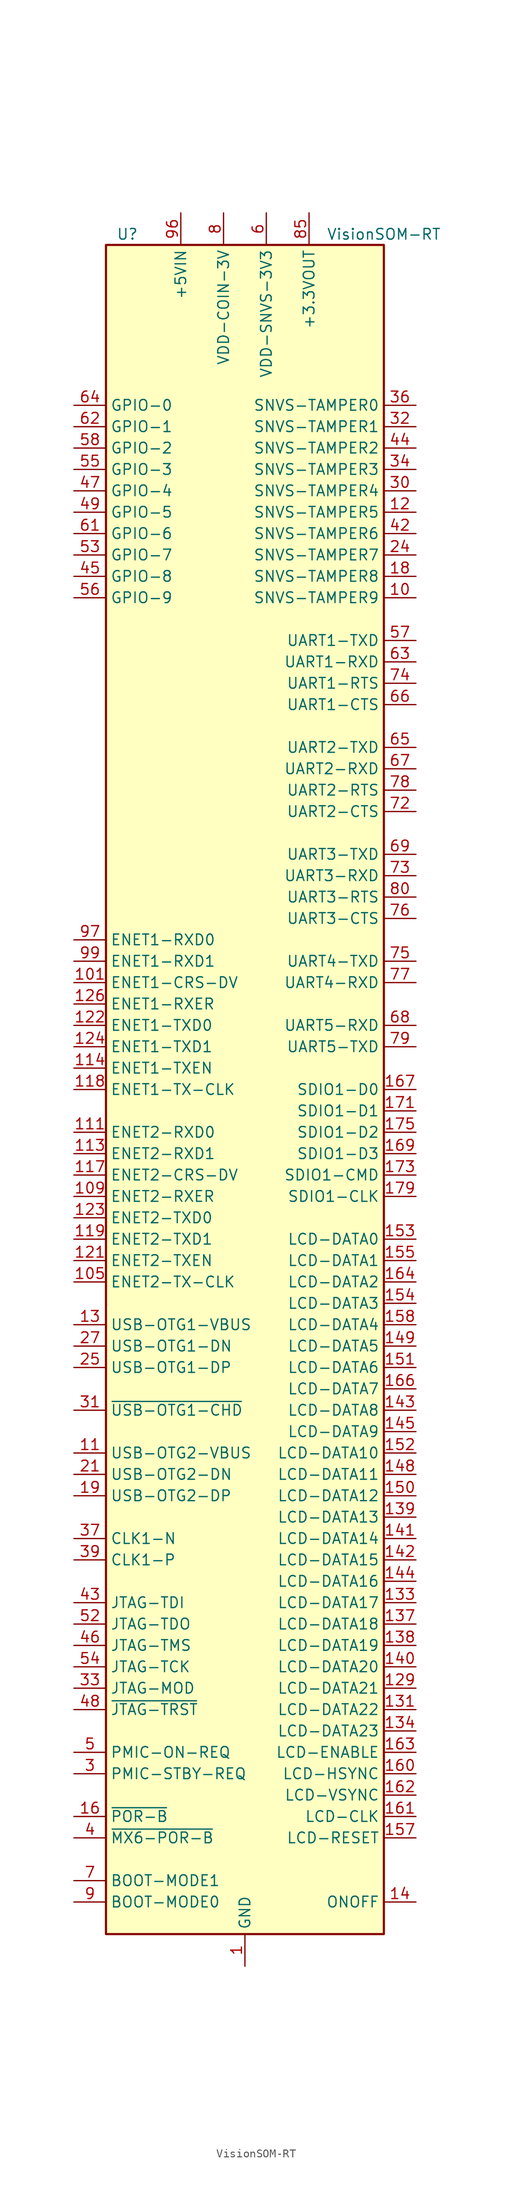
<source format=kicad_sym>
(kicad_symbol_lib
  (version 20201005)
  (generator kicad_symbol_editor)
  (symbol "VisionSOM-RT"
    (property "Reference" "U"
      (at -13.97 101.6 0)
      (effects (font (size 1.27 1.27))))
    (property "Value" "VisionSOM-RT"
      (at 16.51 101.6 0)
      (effects (font (size 1.27 1.27))))
    (symbol "VisionSOM-RT_0_1"
      (rectangle (start -16.51 100.33) (end 16.51 -100.33) (stroke (width 0.254)) (fill (type background))))
    (symbol "VisionSOM-RT_1_1"
      (pin power_in line (at 0 -104.14 90) (length 3.81) (name "GND" (effects (font (size 1.27 1.27)))) (number "1" (effects (font (size 1.27 1.27)))))
      (pin bidirectional line (at 20.32 58.42 180) (length 3.81) (name "SNVS-TAMPER9" (effects (font (size 1.27 1.27)))) (number "10" (effects (font (size 1.27 1.27)))))
      (pin passive line (at -7.62 104.14 270) (length 3.81) hide (name "+5VIN" (effects (font (size 1.27 1.27)))) (number "100" (effects (font (size 1.27 1.27)))))
      (pin bidirectional line (at -20.32 12.7 0) (length 3.81) (name "ENET1-CRS-DV" (effects (font (size 1.27 1.27)))) (number "101" (effects (font (size 1.27 1.27)))))
      (pin passive line (at -7.62 104.14 270) (length 3.81) hide (name "+5VIN" (effects (font (size 1.27 1.27)))) (number "102" (effects (font (size 1.27 1.27)))))
      (pin passive line (at 0 -104.14 90) (length 3.81) hide (name "GND" (effects (font (size 1.27 1.27)))) (number "103" (effects (font (size 1.27 1.27)))))
      (pin passive line (at -7.62 104.14 270) (length 3.81) hide (name "+5VIN" (effects (font (size 1.27 1.27)))) (number "104" (effects (font (size 1.27 1.27)))))
      (pin bidirectional line (at -20.32 -22.86 0) (length 3.81) (name "ENET2-TX-CLK" (effects (font (size 1.27 1.27)))) (number "105" (effects (font (size 1.27 1.27)))))
      (pin passive line (at -7.62 104.14 270) (length 3.81) hide (name "+5VIN" (effects (font (size 1.27 1.27)))) (number "106" (effects (font (size 1.27 1.27)))))
      (pin passive line (at 0 -104.14 90) (length 3.81) hide (name "GND" (effects (font (size 1.27 1.27)))) (number "107" (effects (font (size 1.27 1.27)))))
      (pin passive line (at -7.62 104.14 270) (length 3.81) hide (name "+5VIN" (effects (font (size 1.27 1.27)))) (number "108" (effects (font (size 1.27 1.27)))))
      (pin bidirectional line (at -20.32 -12.7 0) (length 3.81) (name "ENET2-RXER" (effects (font (size 1.27 1.27)))) (number "109" (effects (font (size 1.27 1.27)))))
      (pin input line (at -20.32 -43.18 0) (length 3.81) (name "USB-OTG2-VBUS" (effects (font (size 1.27 1.27)))) (number "11" (effects (font (size 1.27 1.27)))))
      (pin passive line (at -7.62 104.14 270) (length 3.81) hide (name "+5VIN" (effects (font (size 1.27 1.27)))) (number "110" (effects (font (size 1.27 1.27)))))
      (pin bidirectional line (at -20.32 -5.08 0) (length 3.81) (name "ENET2-RXD0" (effects (font (size 1.27 1.27)))) (number "111" (effects (font (size 1.27 1.27)))))
      (pin passive line (at -7.62 104.14 270) (length 3.81) hide (name "+5VIN" (effects (font (size 1.27 1.27)))) (number "112" (effects (font (size 1.27 1.27)))))
      (pin bidirectional line (at -20.32 -7.62 0) (length 3.81) (name "ENET2-RXD1" (effects (font (size 1.27 1.27)))) (number "113" (effects (font (size 1.27 1.27)))))
      (pin bidirectional line (at -20.32 2.54 0) (length 3.81) (name "ENET1-TXEN" (effects (font (size 1.27 1.27)))) (number "114" (effects (font (size 1.27 1.27)))))
      (pin passive line (at 0 -104.14 90) (length 3.81) hide (name "GND" (effects (font (size 1.27 1.27)))) (number "115" (effects (font (size 1.27 1.27)))))
      (pin passive line (at 0 -104.14 90) (length 3.81) hide (name "GND" (effects (font (size 1.27 1.27)))) (number "116" (effects (font (size 1.27 1.27)))))
      (pin bidirectional line (at -20.32 -10.16 0) (length 3.81) (name "ENET2-CRS-DV" (effects (font (size 1.27 1.27)))) (number "117" (effects (font (size 1.27 1.27)))))
      (pin bidirectional line (at -20.32 0 0) (length 3.81) (name "ENET1-TX-CLK" (effects (font (size 1.27 1.27)))) (number "118" (effects (font (size 1.27 1.27)))))
      (pin bidirectional line (at -20.32 -17.78 0) (length 3.81) (name "ENET2-TXD1" (effects (font (size 1.27 1.27)))) (number "119" (effects (font (size 1.27 1.27)))))
      (pin bidirectional line (at 20.32 68.58 180) (length 3.81) (name "SNVS-TAMPER5" (effects (font (size 1.27 1.27)))) (number "12" (effects (font (size 1.27 1.27)))))
      (pin passive line (at 0 -104.14 90) (length 3.81) hide (name "GND" (effects (font (size 1.27 1.27)))) (number "120" (effects (font (size 1.27 1.27)))))
      (pin bidirectional line (at -20.32 -20.32 0) (length 3.81) (name "ENET2-TXEN" (effects (font (size 1.27 1.27)))) (number "121" (effects (font (size 1.27 1.27)))))
      (pin bidirectional line (at -20.32 7.62 0) (length 3.81) (name "ENET1-TXD0" (effects (font (size 1.27 1.27)))) (number "122" (effects (font (size 1.27 1.27)))))
      (pin bidirectional line (at -20.32 -15.24 0) (length 3.81) (name "ENET2-TXD0" (effects (font (size 1.27 1.27)))) (number "123" (effects (font (size 1.27 1.27)))))
      (pin bidirectional line (at -20.32 5.08 0) (length 3.81) (name "ENET1-TXD1" (effects (font (size 1.27 1.27)))) (number "124" (effects (font (size 1.27 1.27)))))
      (pin passive line (at 0 -104.14 90) (length 3.81) hide (name "GND" (effects (font (size 1.27 1.27)))) (number "125" (effects (font (size 1.27 1.27)))))
      (pin bidirectional line (at -20.32 10.16 0) (length 3.81) (name "ENET1-RXER" (effects (font (size 1.27 1.27)))) (number "126" (effects (font (size 1.27 1.27)))))
      (pin passive line (at 0 -104.14 90) (length 3.81) hide (name "GND" (effects (font (size 1.27 1.27)))) (number "127" (effects (font (size 1.27 1.27)))))
      (pin passive line (at 0 -104.14 90) (length 3.81) hide (name "GND" (effects (font (size 1.27 1.27)))) (number "128" (effects (font (size 1.27 1.27)))))
      (pin bidirectional line (at 20.32 -71.12 180) (length 3.81) (name "LCD-DATA21" (effects (font (size 1.27 1.27)))) (number "129" (effects (font (size 1.27 1.27)))))
      (pin input line (at -20.32 -27.94 0) (length 3.81) (name "USB-OTG1-VBUS" (effects (font (size 1.27 1.27)))) (number "13" (effects (font (size 1.27 1.27)))))
      (pin passive line (at 0 -104.14 90) (length 3.81) hide (name "GND" (effects (font (size 1.27 1.27)))) (number "130" (effects (font (size 1.27 1.27)))))
      (pin bidirectional line (at 20.32 -73.66 180) (length 3.81) (name "LCD-DATA22" (effects (font (size 1.27 1.27)))) (number "131" (effects (font (size 1.27 1.27)))))
      (pin passive line (at 0 -104.14 90) (length 3.81) hide (name "GND" (effects (font (size 1.27 1.27)))) (number "132" (effects (font (size 1.27 1.27)))))
      (pin bidirectional line (at 20.32 -60.96 180) (length 3.81) (name "LCD-DATA17" (effects (font (size 1.27 1.27)))) (number "133" (effects (font (size 1.27 1.27)))))
      (pin bidirectional line (at 20.32 -76.2 180) (length 3.81) (name "LCD-DATA23" (effects (font (size 1.27 1.27)))) (number "134" (effects (font (size 1.27 1.27)))))
      (pin passive line (at 0 -104.14 90) (length 3.81) hide (name "GND" (effects (font (size 1.27 1.27)))) (number "135" (effects (font (size 1.27 1.27)))))
      (pin passive line (at 0 -104.14 90) (length 3.81) hide (name "GND" (effects (font (size 1.27 1.27)))) (number "136" (effects (font (size 1.27 1.27)))))
      (pin bidirectional line (at 20.32 -63.5 180) (length 3.81) (name "LCD-DATA18" (effects (font (size 1.27 1.27)))) (number "137" (effects (font (size 1.27 1.27)))))
      (pin bidirectional line (at 20.32 -66.04 180) (length 3.81) (name "LCD-DATA19" (effects (font (size 1.27 1.27)))) (number "138" (effects (font (size 1.27 1.27)))))
      (pin bidirectional line (at 20.32 -50.8 180) (length 3.81) (name "LCD-DATA13" (effects (font (size 1.27 1.27)))) (number "139" (effects (font (size 1.27 1.27)))))
      (pin input line (at 20.32 -96.52 180) (length 3.81) (name "ONOFF" (effects (font (size 1.27 1.27)))) (number "14" (effects (font (size 1.27 1.27)))))
      (pin bidirectional line (at 20.32 -68.58 180) (length 3.81) (name "LCD-DATA20" (effects (font (size 1.27 1.27)))) (number "140" (effects (font (size 1.27 1.27)))))
      (pin bidirectional line (at 20.32 -53.34 180) (length 3.81) (name "LCD-DATA14" (effects (font (size 1.27 1.27)))) (number "141" (effects (font (size 1.27 1.27)))))
      (pin bidirectional line (at 20.32 -55.88 180) (length 3.81) (name "LCD-DATA15" (effects (font (size 1.27 1.27)))) (number "142" (effects (font (size 1.27 1.27)))))
      (pin bidirectional line (at 20.32 -38.1 180) (length 3.81) (name "LCD-DATA8" (effects (font (size 1.27 1.27)))) (number "143" (effects (font (size 1.27 1.27)))))
      (pin bidirectional line (at 20.32 -58.42 180) (length 3.81) (name "LCD-DATA16" (effects (font (size 1.27 1.27)))) (number "144" (effects (font (size 1.27 1.27)))))
      (pin bidirectional line (at 20.32 -40.64 180) (length 3.81) (name "LCD-DATA9" (effects (font (size 1.27 1.27)))) (number "145" (effects (font (size 1.27 1.27)))))
      (pin passive line (at 0 -104.14 90) (length 3.81) hide (name "GND" (effects (font (size 1.27 1.27)))) (number "146" (effects (font (size 1.27 1.27)))))
      (pin passive line (at 0 -104.14 90) (length 3.81) hide (name "GND" (effects (font (size 1.27 1.27)))) (number "147" (effects (font (size 1.27 1.27)))))
      (pin bidirectional line (at 20.32 -45.72 180) (length 3.81) (name "LCD-DATA11" (effects (font (size 1.27 1.27)))) (number "148" (effects (font (size 1.27 1.27)))))
      (pin bidirectional line (at 20.32 -30.48 180) (length 3.81) (name "LCD-DATA5" (effects (font (size 1.27 1.27)))) (number "149" (effects (font (size 1.27 1.27)))))
      (pin passive line (at 0 -104.14 90) (length 3.81) hide (name "GND" (effects (font (size 1.27 1.27)))) (number "15" (effects (font (size 1.27 1.27)))))
      (pin bidirectional line (at 20.32 -48.26 180) (length 3.81) (name "LCD-DATA12" (effects (font (size 1.27 1.27)))) (number "150" (effects (font (size 1.27 1.27)))))
      (pin bidirectional line (at 20.32 -33.02 180) (length 3.81) (name "LCD-DATA6" (effects (font (size 1.27 1.27)))) (number "151" (effects (font (size 1.27 1.27)))))
      (pin bidirectional line (at 20.32 -43.18 180) (length 3.81) (name "LCD-DATA10" (effects (font (size 1.27 1.27)))) (number "152" (effects (font (size 1.27 1.27)))))
      (pin bidirectional line (at 20.32 -17.78 180) (length 3.81) (name "LCD-DATA0" (effects (font (size 1.27 1.27)))) (number "153" (effects (font (size 1.27 1.27)))))
      (pin bidirectional line (at 20.32 -25.4 180) (length 3.81) (name "LCD-DATA3" (effects (font (size 1.27 1.27)))) (number "154" (effects (font (size 1.27 1.27)))))
      (pin bidirectional line (at 20.32 -20.32 180) (length 3.81) (name "LCD-DATA1" (effects (font (size 1.27 1.27)))) (number "155" (effects (font (size 1.27 1.27)))))
      (pin passive line (at 0 -104.14 90) (length 3.81) hide (name "GND" (effects (font (size 1.27 1.27)))) (number "156" (effects (font (size 1.27 1.27)))))
      (pin bidirectional line (at 20.32 -88.9 180) (length 3.81) (name "LCD-RESET" (effects (font (size 1.27 1.27)))) (number "157" (effects (font (size 1.27 1.27)))))
      (pin bidirectional line (at 20.32 -27.94 180) (length 3.81) (name "LCD-DATA4" (effects (font (size 1.27 1.27)))) (number "158" (effects (font (size 1.27 1.27)))))
      (pin passive line (at 0 -104.14 90) (length 3.81) hide (name "GND" (effects (font (size 1.27 1.27)))) (number "159" (effects (font (size 1.27 1.27)))))
      (pin input line (at -20.32 -86.36 0) (length 3.81) (name "~POR-B" (effects (font (size 1.27 1.27)))) (number "16" (effects (font (size 1.27 1.27)))))
      (pin bidirectional line (at 20.32 -81.28 180) (length 3.81) (name "LCD-HSYNC" (effects (font (size 1.27 1.27)))) (number "160" (effects (font (size 1.27 1.27)))))
      (pin bidirectional line (at 20.32 -86.36 180) (length 3.81) (name "LCD-CLK" (effects (font (size 1.27 1.27)))) (number "161" (effects (font (size 1.27 1.27)))))
      (pin bidirectional line (at 20.32 -83.82 180) (length 3.81) (name "LCD-VSYNC" (effects (font (size 1.27 1.27)))) (number "162" (effects (font (size 1.27 1.27)))))
      (pin bidirectional line (at 20.32 -78.74 180) (length 3.81) (name "LCD-ENABLE" (effects (font (size 1.27 1.27)))) (number "163" (effects (font (size 1.27 1.27)))))
      (pin bidirectional line (at 20.32 -22.86 180) (length 3.81) (name "LCD-DATA2" (effects (font (size 1.27 1.27)))) (number "164" (effects (font (size 1.27 1.27)))))
      (pin passive line (at 0 -104.14 90) (length 3.81) hide (name "GND" (effects (font (size 1.27 1.27)))) (number "165" (effects (font (size 1.27 1.27)))))
      (pin bidirectional line (at 20.32 -35.56 180) (length 3.81) (name "LCD-DATA7" (effects (font (size 1.27 1.27)))) (number "166" (effects (font (size 1.27 1.27)))))
      (pin bidirectional line (at 20.32 0 180) (length 3.81) (name "SDIO1-D0" (effects (font (size 1.27 1.27)))) (number "167" (effects (font (size 1.27 1.27)))))
      (pin passive line (at 0 -104.14 90) (length 3.81) hide (name "GND" (effects (font (size 1.27 1.27)))) (number "168" (effects (font (size 1.27 1.27)))))
      (pin bidirectional line (at 20.32 -7.62 180) (length 3.81) (name "SDIO1-D3" (effects (font (size 1.27 1.27)))) (number "169" (effects (font (size 1.27 1.27)))))
      (pin passive line (at 0 -104.14 90) (length 3.81) hide (name "GND" (effects (font (size 1.27 1.27)))) (number "17" (effects (font (size 1.27 1.27)))))
      (pin passive line (at 0 -104.14 90) (length 3.81) hide (name "GND" (effects (font (size 1.27 1.27)))) (number "170" (effects (font (size 1.27 1.27)))))
      (pin bidirectional line (at 20.32 -2.54 180) (length 3.81) (name "SDIO1-D1" (effects (font (size 1.27 1.27)))) (number "171" (effects (font (size 1.27 1.27)))))
      (pin passive line (at 0 -104.14 90) (length 3.81) hide (name "GND" (effects (font (size 1.27 1.27)))) (number "172" (effects (font (size 1.27 1.27)))))
      (pin bidirectional line (at 20.32 -10.16 180) (length 3.81) (name "SDIO1-CMD" (effects (font (size 1.27 1.27)))) (number "173" (effects (font (size 1.27 1.27)))))
      (pin passive line (at 0 -104.14 90) (length 3.81) hide (name "GND" (effects (font (size 1.27 1.27)))) (number "174" (effects (font (size 1.27 1.27)))))
      (pin bidirectional line (at 20.32 -5.08 180) (length 3.81) (name "SDIO1-D2" (effects (font (size 1.27 1.27)))) (number "175" (effects (font (size 1.27 1.27)))))
      (pin no_connect line (at -5.08 -99.06 90) (length 3.81) hide (name "NC" (effects (font (size 1.27 1.27)))) (number "176" (effects (font (size 1.27 1.27)))))
      (pin passive line (at 0 -104.14 90) (length 3.81) hide (name "GND" (effects (font (size 1.27 1.27)))) (number "177" (effects (font (size 1.27 1.27)))))
      (pin no_connect line (at -2.54 -99.06 90) (length 3.81) hide (name "NC" (effects (font (size 1.27 1.27)))) (number "178" (effects (font (size 1.27 1.27)))))
      (pin bidirectional line (at 20.32 -12.7 180) (length 3.81) (name "SDIO1-CLK" (effects (font (size 1.27 1.27)))) (number "179" (effects (font (size 1.27 1.27)))))
      (pin bidirectional line (at 20.32 60.96 180) (length 3.81) (name "SNVS-TAMPER8" (effects (font (size 1.27 1.27)))) (number "18" (effects (font (size 1.27 1.27)))))
      (pin no_connect line (at 2.54 -99.06 90) (length 3.81) hide (name "NC" (effects (font (size 1.27 1.27)))) (number "180" (effects (font (size 1.27 1.27)))))
      (pin passive line (at 0 -104.14 90) (length 3.81) hide (name "GND" (effects (font (size 1.27 1.27)))) (number "181" (effects (font (size 1.27 1.27)))))
      (pin no_connect line (at 5.08 -99.06 90) (length 3.81) hide (name "NC" (effects (font (size 1.27 1.27)))) (number "182" (effects (font (size 1.27 1.27)))))
      (pin no_connect line (at -15.24 22.86 0) (length 3.81) hide (name "NC" (effects (font (size 1.27 1.27)))) (number "183" (effects (font (size 1.27 1.27)))))
      (pin passive line (at 0 -104.14 90) (length 3.81) hide (name "GND" (effects (font (size 1.27 1.27)))) (number "184" (effects (font (size 1.27 1.27)))))
      (pin passive line (at 0 -104.14 90) (length 3.81) hide (name "GND" (effects (font (size 1.27 1.27)))) (number "185" (effects (font (size 1.27 1.27)))))
      (pin no_connect line (at -15.24 35.56 0) (length 3.81) hide (name "NC" (effects (font (size 1.27 1.27)))) (number "186" (effects (font (size 1.27 1.27)))))
      (pin no_connect line (at -15.24 25.4 0) (length 3.81) hide (name "NC" (effects (font (size 1.27 1.27)))) (number "187" (effects (font (size 1.27 1.27)))))
      (pin no_connect line (at -15.24 33.02 0) (length 3.81) hide (name "NC" (effects (font (size 1.27 1.27)))) (number "188" (effects (font (size 1.27 1.27)))))
      (pin passive line (at 0 -104.14 90) (length 3.81) hide (name "GND" (effects (font (size 1.27 1.27)))) (number "189" (effects (font (size 1.27 1.27)))))
      (pin bidirectional line (at -20.32 -48.26 0) (length 3.81) (name "USB-OTG2-DP" (effects (font (size 1.27 1.27)))) (number "19" (effects (font (size 1.27 1.27)))))
      (pin no_connect line (at -15.24 38.1 0) (length 3.81) hide (name "NC" (effects (font (size 1.27 1.27)))) (number "190" (effects (font (size 1.27 1.27)))))
      (pin no_connect line (at -15.24 40.64 0) (length 3.81) hide (name "NC" (effects (font (size 1.27 1.27)))) (number "191" (effects (font (size 1.27 1.27)))))
      (pin no_connect line (at -15.24 43.18 0) (length 3.81) hide (name "NC" (effects (font (size 1.27 1.27)))) (number "192" (effects (font (size 1.27 1.27)))))
      (pin no_connect line (at -15.24 48.26 0) (length 3.81) hide (name "NC" (effects (font (size 1.27 1.27)))) (number "193" (effects (font (size 1.27 1.27)))))
      (pin no_connect line (at -15.24 45.72 0) (length 3.81) hide (name "NC" (effects (font (size 1.27 1.27)))) (number "194" (effects (font (size 1.27 1.27)))))
      (pin no_connect line (at -15.24 50.8 0) (length 3.81) hide (name "NC" (effects (font (size 1.27 1.27)))) (number "195" (effects (font (size 1.27 1.27)))))
      (pin no_connect line (at -15.24 53.34 0) (length 3.81) hide (name "NC" (effects (font (size 1.27 1.27)))) (number "196" (effects (font (size 1.27 1.27)))))
      (pin no_connect line (at -15.24 30.48 0) (length 3.81) hide (name "NC" (effects (font (size 1.27 1.27)))) (number "197" (effects (font (size 1.27 1.27)))))
      (pin no_connect line (at -15.24 27.94 0) (length 3.81) hide (name "NC" (effects (font (size 1.27 1.27)))) (number "198" (effects (font (size 1.27 1.27)))))
      (pin passive line (at 0 -104.14 90) (length 3.81) hide (name "GND" (effects (font (size 1.27 1.27)))) (number "199" (effects (font (size 1.27 1.27)))))
      (pin passive line (at 0 -104.14 90) (length 3.81) hide (name "GND" (effects (font (size 1.27 1.27)))) (number "2" (effects (font (size 1.27 1.27)))))
      (pin passive line (at 0 -104.14 90) (length 3.81) hide (name "GND" (effects (font (size 1.27 1.27)))) (number "20" (effects (font (size 1.27 1.27)))))
      (pin passive line (at 0 -104.14 90) (length 3.81) hide (name "GND" (effects (font (size 1.27 1.27)))) (number "200" (effects (font (size 1.27 1.27)))))
      (pin bidirectional line (at -20.32 -45.72 0) (length 3.81) (name "USB-OTG2-DN" (effects (font (size 1.27 1.27)))) (number "21" (effects (font (size 1.27 1.27)))))
      (pin passive line (at 0 -104.14 90) (length 3.81) hide (name "GND" (effects (font (size 1.27 1.27)))) (number "22" (effects (font (size 1.27 1.27)))))
      (pin passive line (at 0 -104.14 90) (length 3.81) hide (name "GND" (effects (font (size 1.27 1.27)))) (number "23" (effects (font (size 1.27 1.27)))))
      (pin bidirectional line (at 20.32 63.5 180) (length 3.81) (name "SNVS-TAMPER7" (effects (font (size 1.27 1.27)))) (number "24" (effects (font (size 1.27 1.27)))))
      (pin bidirectional line (at -20.32 -33.02 0) (length 3.81) (name "USB-OTG1-DP" (effects (font (size 1.27 1.27)))) (number "25" (effects (font (size 1.27 1.27)))))
      (pin passive line (at 0 -104.14 90) (length 3.81) hide (name "GND" (effects (font (size 1.27 1.27)))) (number "26" (effects (font (size 1.27 1.27)))))
      (pin bidirectional line (at -20.32 -30.48 0) (length 3.81) (name "USB-OTG1-DN" (effects (font (size 1.27 1.27)))) (number "27" (effects (font (size 1.27 1.27)))))
      (pin passive line (at 0 -104.14 90) (length 3.81) hide (name "GND" (effects (font (size 1.27 1.27)))) (number "28" (effects (font (size 1.27 1.27)))))
      (pin passive line (at 0 -104.14 90) (length 3.81) hide (name "GND" (effects (font (size 1.27 1.27)))) (number "29" (effects (font (size 1.27 1.27)))))
      (pin output line (at -20.32 -81.28 0) (length 3.81) (name "PMIC-STBY-REQ" (effects (font (size 1.27 1.27)))) (number "3" (effects (font (size 1.27 1.27)))))
      (pin bidirectional line (at 20.32 71.12 180) (length 3.81) (name "SNVS-TAMPER4" (effects (font (size 1.27 1.27)))) (number "30" (effects (font (size 1.27 1.27)))))
      (pin open_collector line (at -20.32 -38.1 0) (length 3.81) (name "~USB-OTG1-CHD" (effects (font (size 1.27 1.27)))) (number "31" (effects (font (size 1.27 1.27)))))
      (pin bidirectional line (at 20.32 78.74 180) (length 3.81) (name "SNVS-TAMPER1" (effects (font (size 1.27 1.27)))) (number "32" (effects (font (size 1.27 1.27)))))
      (pin bidirectional line (at -20.32 -71.12 0) (length 3.81) (name "JTAG-MOD" (effects (font (size 1.27 1.27)))) (number "33" (effects (font (size 1.27 1.27)))))
      (pin bidirectional line (at 20.32 73.66 180) (length 3.81) (name "SNVS-TAMPER3" (effects (font (size 1.27 1.27)))) (number "34" (effects (font (size 1.27 1.27)))))
      (pin passive line (at 0 -104.14 90) (length 3.81) hide (name "GND" (effects (font (size 1.27 1.27)))) (number "35" (effects (font (size 1.27 1.27)))))
      (pin bidirectional line (at 20.32 81.28 180) (length 3.81) (name "SNVS-TAMPER0" (effects (font (size 1.27 1.27)))) (number "36" (effects (font (size 1.27 1.27)))))
      (pin bidirectional line (at -20.32 -53.34 0) (length 3.81) (name "CLK1-N" (effects (font (size 1.27 1.27)))) (number "37" (effects (font (size 1.27 1.27)))))
      (pin passive line (at 0 -104.14 90) (length 3.81) hide (name "GND" (effects (font (size 1.27 1.27)))) (number "38" (effects (font (size 1.27 1.27)))))
      (pin bidirectional line (at -20.32 -55.88 0) (length 3.81) (name "CLK1-P" (effects (font (size 1.27 1.27)))) (number "39" (effects (font (size 1.27 1.27)))))
      (pin input line (at -20.32 -88.9 0) (length 3.81) (name "~MX6-POR-B" (effects (font (size 1.27 1.27)))) (number "4" (effects (font (size 1.27 1.27)))))
      (pin passive line (at 0 -104.14 90) (length 3.81) hide (name "GND" (effects (font (size 1.27 1.27)))) (number "40" (effects (font (size 1.27 1.27)))))
      (pin passive line (at 0 -104.14 90) (length 3.81) hide (name "GND" (effects (font (size 1.27 1.27)))) (number "41" (effects (font (size 1.27 1.27)))))
      (pin bidirectional line (at 20.32 66.04 180) (length 3.81) (name "SNVS-TAMPER6" (effects (font (size 1.27 1.27)))) (number "42" (effects (font (size 1.27 1.27)))))
      (pin bidirectional line (at -20.32 -60.96 0) (length 3.81) (name "JTAG-TDI" (effects (font (size 1.27 1.27)))) (number "43" (effects (font (size 1.27 1.27)))))
      (pin bidirectional line (at 20.32 76.2 180) (length 3.81) (name "SNVS-TAMPER2" (effects (font (size 1.27 1.27)))) (number "44" (effects (font (size 1.27 1.27)))))
      (pin bidirectional line (at -20.32 60.96 0) (length 3.81) (name "GPIO-8" (effects (font (size 1.27 1.27)))) (number "45" (effects (font (size 1.27 1.27)))))
      (pin bidirectional line (at -20.32 -66.04 0) (length 3.81) (name "JTAG-TMS" (effects (font (size 1.27 1.27)))) (number "46" (effects (font (size 1.27 1.27)))))
      (pin bidirectional line (at -20.32 71.12 0) (length 3.81) (name "GPIO-4" (effects (font (size 1.27 1.27)))) (number "47" (effects (font (size 1.27 1.27)))))
      (pin bidirectional line (at -20.32 -73.66 0) (length 3.81) (name "~JTAG-TRST" (effects (font (size 1.27 1.27)))) (number "48" (effects (font (size 1.27 1.27)))))
      (pin bidirectional line (at -20.32 68.58 0) (length 3.81) (name "GPIO-5" (effects (font (size 1.27 1.27)))) (number "49" (effects (font (size 1.27 1.27)))))
      (pin output line (at -20.32 -78.74 0) (length 3.81) (name "PMIC-ON-REQ" (effects (font (size 1.27 1.27)))) (number "5" (effects (font (size 1.27 1.27)))))
      (pin passive line (at 0 -104.14 90) (length 3.81) hide (name "GND" (effects (font (size 1.27 1.27)))) (number "50" (effects (font (size 1.27 1.27)))))
      (pin passive line (at 0 -104.14 90) (length 3.81) hide (name "GND" (effects (font (size 1.27 1.27)))) (number "51" (effects (font (size 1.27 1.27)))))
      (pin bidirectional line (at -20.32 -63.5 0) (length 3.81) (name "JTAG-TDO" (effects (font (size 1.27 1.27)))) (number "52" (effects (font (size 1.27 1.27)))))
      (pin bidirectional line (at -20.32 63.5 0) (length 3.81) (name "GPIO-7" (effects (font (size 1.27 1.27)))) (number "53" (effects (font (size 1.27 1.27)))))
      (pin bidirectional line (at -20.32 -68.58 0) (length 3.81) (name "JTAG-TCK" (effects (font (size 1.27 1.27)))) (number "54" (effects (font (size 1.27 1.27)))))
      (pin bidirectional line (at -20.32 73.66 0) (length 3.81) (name "GPIO-3" (effects (font (size 1.27 1.27)))) (number "55" (effects (font (size 1.27 1.27)))))
      (pin bidirectional line (at -20.32 58.42 0) (length 3.81) (name "GPIO-9" (effects (font (size 1.27 1.27)))) (number "56" (effects (font (size 1.27 1.27)))))
      (pin bidirectional line (at 20.32 53.34 180) (length 3.81) (name "UART1-TXD" (effects (font (size 1.27 1.27)))) (number "57" (effects (font (size 1.27 1.27)))))
      (pin bidirectional line (at -20.32 76.2 0) (length 3.81) (name "GPIO-2" (effects (font (size 1.27 1.27)))) (number "58" (effects (font (size 1.27 1.27)))))
      (pin passive line (at 0 -104.14 90) (length 3.81) hide (name "GND" (effects (font (size 1.27 1.27)))) (number "59" (effects (font (size 1.27 1.27)))))
      (pin power_in line (at 2.54 104.14 270) (length 3.81) (name "VDD-SNVS-3V3" (effects (font (size 1.27 1.27)))) (number "6" (effects (font (size 1.27 1.27)))))
      (pin passive line (at 0 -104.14 90) (length 3.81) hide (name "GND" (effects (font (size 1.27 1.27)))) (number "60" (effects (font (size 1.27 1.27)))))
      (pin bidirectional line (at -20.32 66.04 0) (length 3.81) (name "GPIO-6" (effects (font (size 1.27 1.27)))) (number "61" (effects (font (size 1.27 1.27)))))
      (pin bidirectional line (at -20.32 78.74 0) (length 3.81) (name "GPIO-1" (effects (font (size 1.27 1.27)))) (number "62" (effects (font (size 1.27 1.27)))))
      (pin bidirectional line (at 20.32 50.8 180) (length 3.81) (name "UART1-RXD" (effects (font (size 1.27 1.27)))) (number "63" (effects (font (size 1.27 1.27)))))
      (pin bidirectional line (at -20.32 81.28 0) (length 3.81) (name "GPIO-0" (effects (font (size 1.27 1.27)))) (number "64" (effects (font (size 1.27 1.27)))))
      (pin bidirectional line (at 20.32 40.64 180) (length 3.81) (name "UART2-TXD" (effects (font (size 1.27 1.27)))) (number "65" (effects (font (size 1.27 1.27)))))
      (pin bidirectional line (at 20.32 45.72 180) (length 3.81) (name "UART1-CTS" (effects (font (size 1.27 1.27)))) (number "66" (effects (font (size 1.27 1.27)))))
      (pin bidirectional line (at 20.32 38.1 180) (length 3.81) (name "UART2-RXD" (effects (font (size 1.27 1.27)))) (number "67" (effects (font (size 1.27 1.27)))))
      (pin bidirectional line (at 20.32 7.62 180) (length 3.81) (name "UART5-RXD" (effects (font (size 1.27 1.27)))) (number "68" (effects (font (size 1.27 1.27)))))
      (pin bidirectional line (at 20.32 27.94 180) (length 3.81) (name "UART3-TXD" (effects (font (size 1.27 1.27)))) (number "69" (effects (font (size 1.27 1.27)))))
      (pin input line (at -20.32 -93.98 0) (length 3.81) (name "BOOT-MODE1" (effects (font (size 1.27 1.27)))) (number "7" (effects (font (size 1.27 1.27)))))
      (pin passive line (at 0 -104.14 90) (length 3.81) hide (name "GND" (effects (font (size 1.27 1.27)))) (number "70" (effects (font (size 1.27 1.27)))))
      (pin passive line (at 0 -104.14 90) (length 3.81) hide (name "GND" (effects (font (size 1.27 1.27)))) (number "71" (effects (font (size 1.27 1.27)))))
      (pin bidirectional line (at 20.32 33.02 180) (length 3.81) (name "UART2-CTS" (effects (font (size 1.27 1.27)))) (number "72" (effects (font (size 1.27 1.27)))))
      (pin bidirectional line (at 20.32 25.4 180) (length 3.81) (name "UART3-RXD" (effects (font (size 1.27 1.27)))) (number "73" (effects (font (size 1.27 1.27)))))
      (pin bidirectional line (at 20.32 48.26 180) (length 3.81) (name "UART1-RTS" (effects (font (size 1.27 1.27)))) (number "74" (effects (font (size 1.27 1.27)))))
      (pin bidirectional line (at 20.32 15.24 180) (length 3.81) (name "UART4-TXD" (effects (font (size 1.27 1.27)))) (number "75" (effects (font (size 1.27 1.27)))))
      (pin bidirectional line (at 20.32 20.32 180) (length 3.81) (name "UART3-CTS" (effects (font (size 1.27 1.27)))) (number "76" (effects (font (size 1.27 1.27)))))
      (pin bidirectional line (at 20.32 12.7 180) (length 3.81) (name "UART4-RXD" (effects (font (size 1.27 1.27)))) (number "77" (effects (font (size 1.27 1.27)))))
      (pin bidirectional line (at 20.32 35.56 180) (length 3.81) (name "UART2-RTS" (effects (font (size 1.27 1.27)))) (number "78" (effects (font (size 1.27 1.27)))))
      (pin bidirectional line (at 20.32 5.08 180) (length 3.81) (name "UART5-TXD" (effects (font (size 1.27 1.27)))) (number "79" (effects (font (size 1.27 1.27)))))
      (pin power_in line (at -2.54 104.14 270) (length 3.81) (name "VDD-COIN-3V" (effects (font (size 1.27 1.27)))) (number "8" (effects (font (size 1.27 1.27)))))
      (pin bidirectional line (at 20.32 22.86 180) (length 3.81) (name "UART3-RTS" (effects (font (size 1.27 1.27)))) (number "80" (effects (font (size 1.27 1.27)))))
      (pin passive line (at 0 -104.14 90) (length 3.81) hide (name "GND" (effects (font (size 1.27 1.27)))) (number "81" (effects (font (size 1.27 1.27)))))
      (pin passive line (at 0 -104.14 90) (length 3.81) hide (name "GND" (effects (font (size 1.27 1.27)))) (number "82" (effects (font (size 1.27 1.27)))))
      (pin no_connect line (at 15.24 -93.98 180) (length 3.81) hide (name "NC" (effects (font (size 1.27 1.27)))) (number "83" (effects (font (size 1.27 1.27)))))
      (pin passive line (at 0 -104.14 90) (length 3.81) hide (name "GND" (effects (font (size 1.27 1.27)))) (number "84" (effects (font (size 1.27 1.27)))))
      (pin power_out line (at 7.62 104.14 270) (length 3.81) (name "+3.3VOUT" (effects (font (size 1.27 1.27)))) (number "85" (effects (font (size 1.27 1.27)))))
      (pin no_connect line (at -15.24 -76.2 0) (length 2.54) hide (name "NC" (effects (font (size 1.27 1.27)))) (number "86" (effects (font (size 1.27 1.27)))))
      (pin passive line (at 7.62 104.14 270) (length 3.81) hide (name "+3.3VOUT" (effects (font (size 1.27 1.27)))) (number "87" (effects (font (size 1.27 1.27)))))
      (pin passive line (at 7.62 104.14 270) (length 3.81) hide (name "+3.3VOUT" (effects (font (size 1.27 1.27)))) (number "88" (effects (font (size 1.27 1.27)))))
      (pin passive line (at 7.62 104.14 270) (length 3.81) hide (name "+3.3VOUT" (effects (font (size 1.27 1.27)))) (number "89" (effects (font (size 1.27 1.27)))))
      (pin input line (at -20.32 -96.52 0) (length 3.81) (name "BOOT-MODE0" (effects (font (size 1.27 1.27)))) (number "9" (effects (font (size 1.27 1.27)))))
      (pin passive line (at 7.62 104.14 270) (length 3.81) hide (name "+3.3VOUT" (effects (font (size 1.27 1.27)))) (number "90" (effects (font (size 1.27 1.27)))))
      (pin passive line (at 7.62 104.14 270) (length 3.81) hide (name "+3.3VOUT" (effects (font (size 1.27 1.27)))) (number "91" (effects (font (size 1.27 1.27)))))
      (pin passive line (at 7.62 104.14 270) (length 3.81) hide (name "+3.3VOUT" (effects (font (size 1.27 1.27)))) (number "92" (effects (font (size 1.27 1.27)))))
      (pin passive line (at 7.62 104.14 270) (length 3.81) hide (name "+3.3VOUT" (effects (font (size 1.27 1.27)))) (number "93" (effects (font (size 1.27 1.27)))))
      (pin no_connect line (at -15.24 -83.82 0) (length 2.54) hide (name "NC" (effects (font (size 1.27 1.27)))) (number "94" (effects (font (size 1.27 1.27)))))
      (pin no_connect line (at -15.24 -91.44 0) (length 2.54) hide (name "NC" (effects (font (size 1.27 1.27)))) (number "95" (effects (font (size 1.27 1.27)))))
      (pin power_in line (at -7.62 104.14 270) (length 3.81) (name "+5VIN" (effects (font (size 1.27 1.27)))) (number "96" (effects (font (size 1.27 1.27)))))
      (pin bidirectional line (at -20.32 17.78 0) (length 3.81) (name "ENET1-RXD0" (effects (font (size 1.27 1.27)))) (number "97" (effects (font (size 1.27 1.27)))))
      (pin passive line (at -7.62 104.14 270) (length 3.81) hide (name "+5VIN" (effects (font (size 1.27 1.27)))) (number "98" (effects (font (size 1.27 1.27)))))
      (pin bidirectional line (at -20.32 15.24 0) (length 3.81) (name "ENET1-RXD1" (effects (font (size 1.27 1.27)))) (number "99" (effects (font (size 1.27 1.27))))))))
</source>
